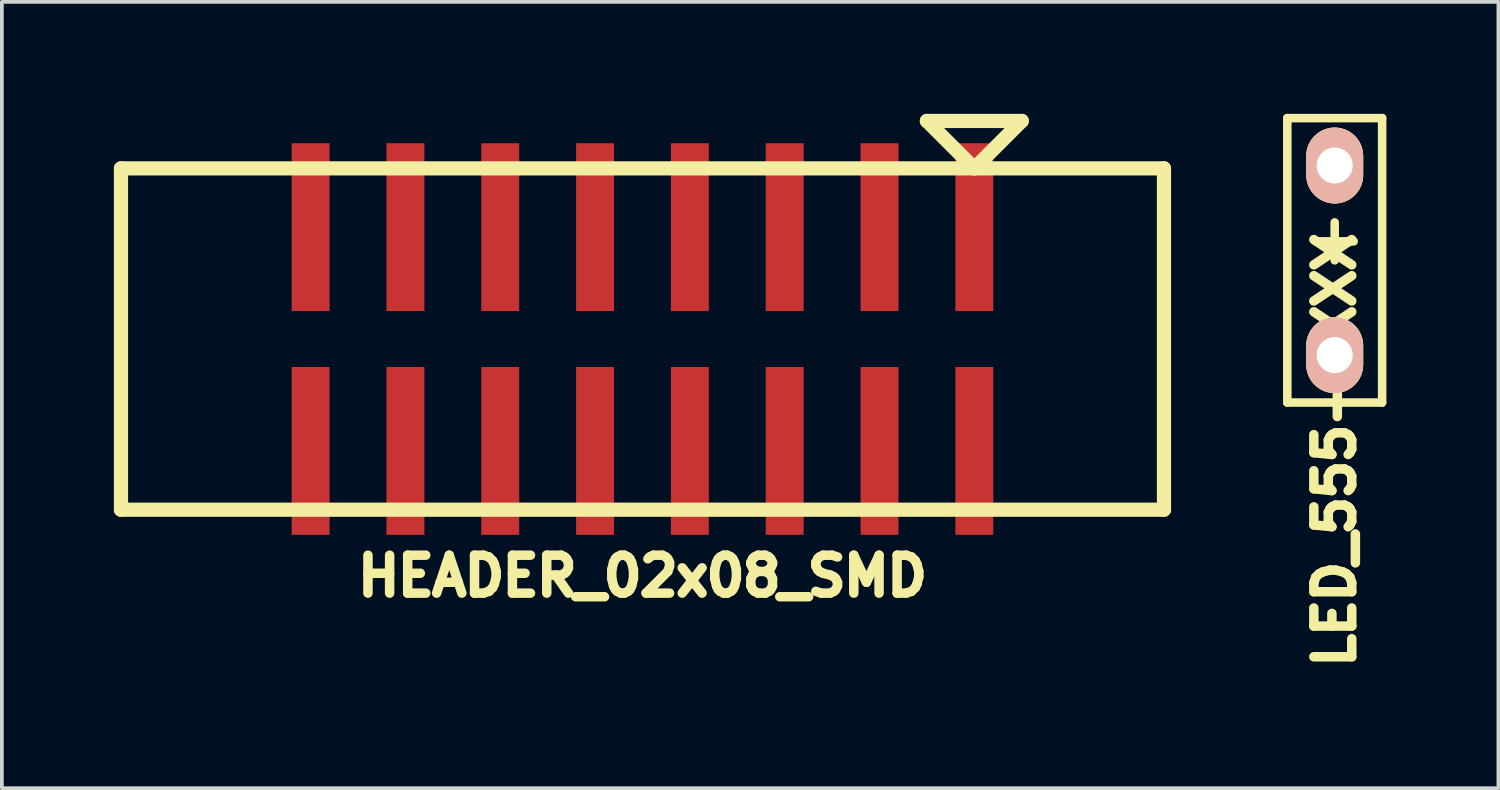
<source format=kicad_pcb>
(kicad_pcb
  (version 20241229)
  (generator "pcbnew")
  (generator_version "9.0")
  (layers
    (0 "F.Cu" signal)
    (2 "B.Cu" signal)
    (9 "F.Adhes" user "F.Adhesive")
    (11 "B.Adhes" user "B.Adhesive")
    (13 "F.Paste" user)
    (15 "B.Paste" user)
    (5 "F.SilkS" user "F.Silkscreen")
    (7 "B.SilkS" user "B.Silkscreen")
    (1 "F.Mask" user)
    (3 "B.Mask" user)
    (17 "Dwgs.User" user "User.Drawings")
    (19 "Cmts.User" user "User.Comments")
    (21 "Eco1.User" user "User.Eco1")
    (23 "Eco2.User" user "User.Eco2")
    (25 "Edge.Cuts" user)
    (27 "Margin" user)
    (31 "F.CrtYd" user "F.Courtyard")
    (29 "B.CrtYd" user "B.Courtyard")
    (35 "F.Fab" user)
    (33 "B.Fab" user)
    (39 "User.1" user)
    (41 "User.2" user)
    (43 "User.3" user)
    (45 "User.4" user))
  (footprint "HEADER_02x08_SMD"
    (layer "F.Cu")
    (at 14.161 6.032)
    (property "Reference" "HEADER_02x08_SMD" (at 0 6.35 0) (layer "F.SilkS") (effects (font (size 1.016 1.016) (thickness 0.254))))
    (attr through_hole)
    (fp_line (start -13.97 -4.572) (end -13.97 4.572) (stroke (width 0.381) (type solid)) (layer "F.SilkS"))
    (fp_line (start -13.97 4.572) (end 13.97 4.572) (stroke (width 0.381) (type solid)) (layer "F.SilkS"))
    (fp_line (start 7.62 -5.842) (end 8.89 -4.572) (stroke (width 0.381) (type solid)) (layer "F.SilkS"))
    (fp_line (start 8.89 -4.572) (end 10.16 -5.842) (stroke (width 0.381) (type solid)) (layer "F.SilkS"))
    (fp_line (start 10.16 -5.842) (end 7.62 -5.842) (stroke (width 0.381) (type solid)) (layer "F.SilkS"))
    (fp_line (start 13.97 -4.572) (end -13.97 -4.572) (stroke (width 0.381) (type solid)) (layer "F.SilkS"))
    (fp_line (start 13.97 -4.572) (end 13.97 4.572) (stroke (width 0.381) (type solid)) (layer "F.SilkS"))
    (pad "1" smd rect (at 8.89 -2.997) (size 1.016 4.496) (layers "F.Cu" "F.Mask" "F.Paste"))
    (pad "2" smd rect (at 8.89 2.997) (size 1.016 4.496) (layers "F.Cu" "F.Mask" "F.Paste"))
    (pad "3" smd rect (at 6.35 -2.997) (size 1.016 4.496) (layers "F.Cu" "F.Mask" "F.Paste"))
    (pad "4" smd rect (at 6.35 2.997) (size 1.016 4.496) (layers "F.Cu" "F.Mask" "F.Paste"))
    (pad "5" smd rect (at 3.81 -2.997) (size 1.016 4.496) (layers "F.Cu" "F.Mask" "F.Paste"))
    (pad "6" smd rect (at 3.81 2.997) (size 1.016 4.496) (layers "F.Cu" "F.Mask" "F.Paste"))
    (pad "7" smd rect (at 1.27 -2.997) (size 1.016 4.496) (layers "F.Cu" "F.Mask" "F.Paste"))
    (pad "8" smd rect (at 1.27 2.997) (size 1.016 4.496) (layers "F.Cu" "F.Mask" "F.Paste"))
    (pad "9" smd rect (at -1.27 -2.997) (size 1.016 4.496) (layers "F.Cu" "F.Mask" "F.Paste"))
    (pad "10" smd rect (at -1.27 2.997) (size 1.016 4.496) (layers "F.Cu" "F.Mask" "F.Paste"))
    (pad "11" smd rect (at -3.81 -2.997) (size 1.016 4.496) (layers "F.Cu" "F.Mask" "F.Paste"))
    (pad "12" smd rect (at -3.81 2.997) (size 1.016 4.496) (layers "F.Cu" "F.Mask" "F.Paste"))
    (pad "13" smd rect (at -6.35 -2.997) (size 1.016 4.496) (layers "F.Cu" "F.Mask" "F.Paste"))
    (pad "14" smd rect (at -6.35 2.997) (size 1.016 4.496) (layers "F.Cu" "F.Mask" "F.Paste"))
    (pad "15" smd rect (at -8.89 -2.997) (size 1.016 4.496) (layers "F.Cu" "F.Mask" "F.Paste"))
    (pad "16" smd rect (at -8.89 2.997) (size 1.016 4.496) (layers "F.Cu" "F.Mask" "F.Paste")))
  (footprint "LED_555-3XXX"
    (layer "F.Cu")
    (at 32.705 3.924)
    (property "Reference" "LED_555-3XXX" (at 0 5.08 270) (layer "F.SilkS") (effects (font (size 1.016 1.016) (thickness 0.254))))
    (attr through_hole)
    (fp_line (start -1.27 -3.81) (end 1.27 -3.81) (stroke (width 0.229) (type solid)) (layer "F.SilkS"))
    (fp_line (start -1.27 3.81) (end -1.27 -3.81) (stroke (width 0.229) (type solid)) (layer "F.SilkS"))
    (fp_line (start -0.508 -0.508) (end 0.508 -0.508) (stroke (width 0.229) (type solid)) (layer "F.SilkS"))
    (fp_line (start 0 0) (end 0 -1.016) (stroke (width 0.229) (type solid)) (layer "F.SilkS"))
    (fp_line (start 1.27 -3.81) (end 1.27 3.81) (stroke (width 0.229) (type solid)) (layer "F.SilkS"))
    (fp_line (start 1.27 3.81) (end -1.27 3.81) (stroke (width 0.229) (type solid)) (layer "F.SilkS"))
    (pad "1" thru_hole oval (at 0 -2.54) (size 1.524 2.032) (drill 0.965) (layers "*.Cu" "*.SilkS" "*.Mask"))
    (pad "2" thru_hole oval (at 0 2.54) (size 1.524 2.032) (drill 0.965) (layers "*.Cu" "*.SilkS" "*.Mask")))
  (gr_rect
    (start -3 -3)
    (end 37.09 18.065)
    (stroke (width 0.1) (type default))
    (fill no)
    (layer "Edge.Cuts")))
</source>
